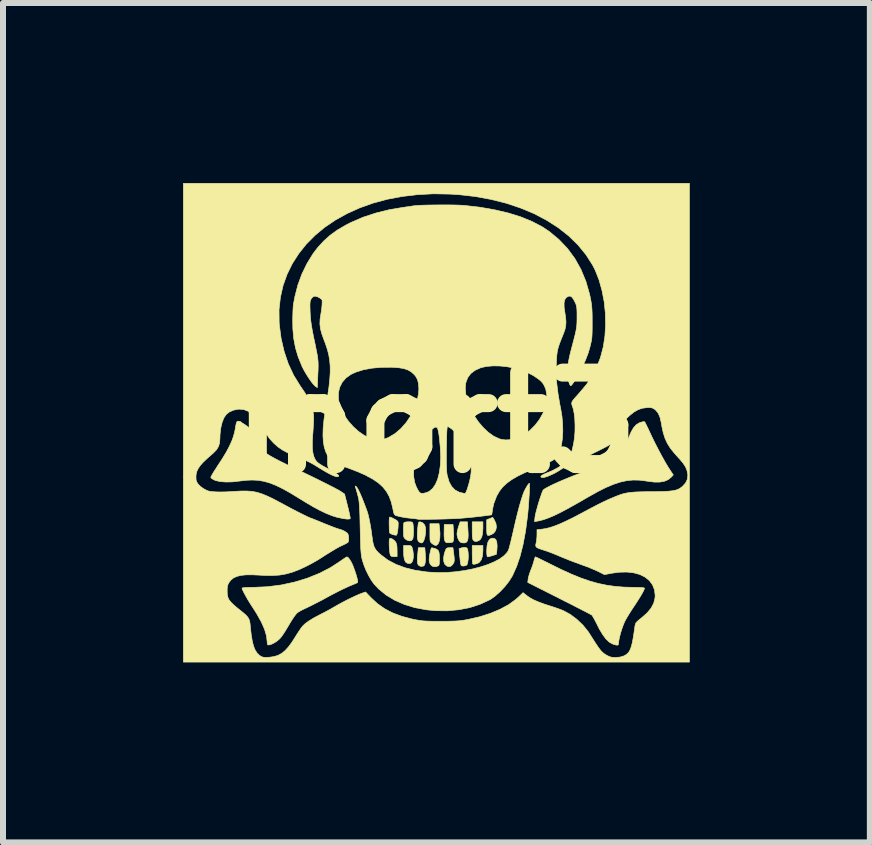
<source format=kicad_pcb>
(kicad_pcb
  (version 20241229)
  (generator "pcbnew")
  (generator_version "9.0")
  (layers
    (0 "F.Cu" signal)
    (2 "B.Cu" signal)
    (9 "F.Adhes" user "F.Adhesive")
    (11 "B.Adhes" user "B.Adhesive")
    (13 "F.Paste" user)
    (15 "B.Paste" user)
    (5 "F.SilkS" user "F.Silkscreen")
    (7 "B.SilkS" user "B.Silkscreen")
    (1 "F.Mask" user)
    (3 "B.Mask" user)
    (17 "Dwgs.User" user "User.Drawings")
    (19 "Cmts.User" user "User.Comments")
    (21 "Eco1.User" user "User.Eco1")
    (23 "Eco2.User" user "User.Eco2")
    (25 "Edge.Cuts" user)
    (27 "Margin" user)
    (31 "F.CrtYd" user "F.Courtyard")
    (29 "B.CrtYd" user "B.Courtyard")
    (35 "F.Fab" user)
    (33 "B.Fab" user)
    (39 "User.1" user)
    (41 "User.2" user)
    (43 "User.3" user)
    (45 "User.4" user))
  (footprint "mort3"
    (layer "F.Cu")
    (at 4.221 3.993)
    (property "Reference" "mort3" (at 0 0 0) (layer "F.SilkS") (effects (font (size 1.524 1.524) (thickness 0.3))))
    (attr through_hole)
    (fp_poly (pts (xy 0.775 2.134) (xy 0.768 2.219) (xy 0.748 2.283) (xy 0.716 2.326) (xy 0.688 2.343) (xy 0.654 2.354) (xy 0.623 2.359) (xy 0.606 2.354) (xy 0.602 2.339) (xy 0.599 2.303) (xy 0.598 2.253) (xy 0.597 2.195) (xy 0.597 2.045) (xy 0.775 2.045) (xy 0.775 2.134)) (stroke (width 0.01) (type solid)) (fill yes) (layer "F.SilkS"))
    (fp_poly (pts (xy 0.775 1.759) (xy 0.77 1.843) (xy 0.755 1.906) (xy 0.73 1.948) (xy 0.702 1.967) (xy 0.663 1.98) (xy 0.634 1.974) (xy 0.617 1.961) (xy 0.608 1.947) (xy 0.602 1.922) (xy 0.598 1.882) (xy 0.597 1.824) (xy 0.597 1.796) (xy 0.597 1.651) (xy 0.775 1.651) (xy 0.775 1.759)) (stroke (width 0.01) (type solid)) (fill yes) (layer "F.SilkS"))
    (fp_poly (pts (xy 0.966 1.621) (xy 0.993 1.682) (xy 1 1.742) (xy 0.988 1.795) (xy 0.957 1.838) (xy 0.92 1.862) (xy 0.885 1.875) (xy 0.862 1.879) (xy 0.848 1.871) (xy 0.841 1.846) (xy 0.838 1.802) (xy 0.838 1.748) (xy 0.838 1.617) (xy 0.889 1.597) (xy 0.939 1.577) (xy 0.966 1.621)) (stroke (width 0.01) (type solid)) (fill yes) (layer "F.SilkS"))
    (fp_poly (pts (xy 0.204 1.695) (xy 0.277 1.695) (xy 0.285 1.81) (xy 0.289 1.891) (xy 0.286 1.949) (xy 0.277 1.983) (xy 0.262 1.994) (xy 0.238 1.996) (xy 0.222 1.999) (xy 0.188 2) (xy 0.17 1.998) (xy 0.151 1.988) (xy 0.138 1.964) (xy 0.131 1.923) (xy 0.128 1.863) (xy 0.129 1.801) (xy 0.131 1.695) (xy 0.204 1.695)) (stroke (width 0.01) (type solid)) (fill yes) (layer "F.SilkS"))
    (fp_poly (pts (xy -0.184 2.197) (xy -0.181 2.268) (xy -0.185 2.325) (xy -0.195 2.366) (xy -0.21 2.386) (xy -0.216 2.388) (xy -0.237 2.392) (xy -0.244 2.394) (xy -0.266 2.392) (xy -0.289 2.381) (xy -0.304 2.366) (xy -0.313 2.345) (xy -0.317 2.312) (xy -0.317 2.264) (xy -0.312 2.196) (xy -0.309 2.169) (xy -0.301 2.083) (xy -0.193 2.083) (xy -0.184 2.197)) (stroke (width 0.01) (type solid)) (fill yes) (layer "F.SilkS"))
    (fp_poly (pts (xy 0.054 1.765) (xy 0.06 1.849) (xy 0.057 1.922) (xy 0.046 1.98) (xy 0.026 2.022) (xy 0.000133 2.043) (xy -0.012 2.045) (xy -0.038 2.037) (xy -0.068 2.017) (xy -0.072 2.014) (xy -0.087 2) (xy -0.098 1.986) (xy -0.104 1.967) (xy -0.107 1.937) (xy -0.108 1.892) (xy -0.108 1.833) (xy -0.108 1.683) (xy 0.044 1.683) (xy 0.054 1.765)) (stroke (width 0.01) (type solid)) (fill yes) (layer "F.SilkS"))
    (fp_poly (pts (xy 0.526 1.79) (xy 0.53 1.87) (xy 0.527 1.927) (xy 0.519 1.966) (xy 0.502 1.99) (xy 0.477 2.001) (xy 0.463 2.003) (xy 0.428 2.001) (xy 0.402 1.993) (xy 0.377 1.966) (xy 0.357 1.924) (xy 0.345 1.875) (xy 0.343 1.851) (xy 0.347 1.816) (xy 0.358 1.769) (xy 0.369 1.73) (xy 0.396 1.651) (xy 0.517 1.651) (xy 0.526 1.79)) (stroke (width 0.01) (type solid)) (fill yes) (layer "F.SilkS"))
    (fp_poly (pts (xy 0.963 1.927) (xy 0.97 1.93) (xy 0.993 1.951) (xy 1.007 1.994) (xy 1.012 2.054) (xy 1.008 2.127) (xy 1 2.193) (xy 0.934 2.214) (xy 0.894 2.226) (xy 0.864 2.234) (xy 0.853 2.235) (xy 0.845 2.224) (xy 0.84 2.188) (xy 0.838 2.133) (xy 0.844 2.05) (xy 0.859 1.987) (xy 0.885 1.944) (xy 0.92 1.924) (xy 0.963 1.927)) (stroke (width 0.01) (type solid)) (fill yes) (layer "F.SilkS"))
    (fp_poly (pts (xy -0.443 2.046) (xy -0.422 2.053) (xy -0.41 2.068) (xy -0.405 2.08) (xy -0.391 2.132) (xy -0.384 2.192) (xy -0.385 2.25) (xy -0.394 2.297) (xy -0.399 2.309) (xy -0.419 2.337) (xy -0.444 2.347) (xy -0.483 2.341) (xy -0.486 2.341) (xy -0.514 2.321) (xy -0.534 2.278) (xy -0.544 2.213) (xy -0.546 2.153) (xy -0.546 2.045) (xy -0.482 2.045) (xy -0.443 2.046)) (stroke (width 0.01) (type solid)) (fill yes) (layer "F.SilkS"))
    (fp_poly (pts (xy 0.29 2.191) (xy 0.297 2.252) (xy 0.298 2.295) (xy 0.293 2.326) (xy 0.279 2.351) (xy 0.263 2.372) (xy 0.233 2.395) (xy 0.2 2.397) (xy 0.169 2.385) (xy 0.139 2.357) (xy 0.123 2.312) (xy 0.12 2.253) (xy 0.131 2.186) (xy 0.149 2.13) (xy 0.163 2.1) (xy 0.18 2.087) (xy 0.209 2.083) (xy 0.222 2.083) (xy 0.276 2.083) (xy 0.29 2.191)) (stroke (width 0.01) (type solid)) (fill yes) (layer "F.SilkS"))
    (fp_poly (pts (xy -0.731 1.939) (xy -0.7 1.963) (xy -0.682 1.983) (xy -0.669 2.007) (xy -0.66 2.039) (xy -0.656 2.084) (xy -0.655 2.123) (xy -0.654 2.229) (xy -0.7 2.233) (xy -0.742 2.229) (xy -0.763 2.215) (xy -0.771 2.194) (xy -0.778 2.155) (xy -0.783 2.105) (xy -0.786 2.051) (xy -0.787 2) (xy -0.786 1.959) (xy -0.781 1.933) (xy -0.779 1.93) (xy -0.76 1.926) (xy -0.731 1.939)) (stroke (width 0.01) (type solid)) (fill yes) (layer "F.SilkS"))
    (fp_poly (pts (xy -0.233 1.664) (xy -0.199 1.699) (xy -0.193 1.71) (xy -0.182 1.747) (xy -0.179 1.795) (xy -0.182 1.85) (xy -0.191 1.904) (xy -0.205 1.952) (xy -0.222 1.987) (xy -0.241 2.003) (xy -0.242 2.004) (xy -0.265 1.999) (xy -0.289 1.987) (xy -0.304 1.97) (xy -0.314 1.941) (xy -0.318 1.897) (xy -0.317 1.835) (xy -0.311 1.752) (xy -0.309 1.737) (xy -0.304 1.691) (xy -0.298 1.665) (xy -0.289 1.654) (xy -0.274 1.651) (xy -0.233 1.664)) (stroke (width 0.01) (type solid)) (fill yes) (layer "F.SilkS"))
    (fp_poly (pts (xy 0.486 2.079) (xy 0.506 2.086) (xy 0.517 2.1) (xy 0.524 2.13) (xy 0.528 2.155) (xy 0.532 2.214) (xy 0.53 2.272) (xy 0.523 2.324) (xy 0.513 2.36) (xy 0.507 2.37) (xy 0.485 2.382) (xy 0.451 2.388) (xy 0.451 2.388) (xy 0.423 2.385) (xy 0.41 2.373) (xy 0.403 2.343) (xy 0.402 2.34) (xy 0.397 2.303) (xy 0.392 2.252) (xy 0.386 2.197) (xy 0.386 2.196) (xy 0.378 2.099) (xy 0.415 2.086) (xy 0.454 2.078) (xy 0.486 2.079)) (stroke (width 0.01) (type solid)) (fill yes) (layer "F.SilkS"))
    (fp_poly (pts (xy -0.038 2.092) (xy -0.024 2.096) (xy 0.008 2.11) (xy 0.03 2.129) (xy 0.043 2.16) (xy 0.049 2.205) (xy 0.051 2.271) (xy 0.051 2.274) (xy 0.05 2.325) (xy 0.047 2.358) (xy 0.04 2.376) (xy 0.027 2.387) (xy 0.026 2.387) (xy -0.018 2.4) (xy -0.062 2.393) (xy -0.088 2.376) (xy -0.111 2.342) (xy -0.121 2.296) (xy -0.118 2.234) (xy -0.109 2.185) (xy -0.099 2.139) (xy -0.09 2.104) (xy -0.083 2.086) (xy -0.083 2.085) (xy -0.068 2.085) (xy -0.038 2.092)) (stroke (width 0.01) (type solid)) (fill yes) (layer "F.SilkS"))
    (fp_poly (pts (xy -0.425 1.652) (xy -0.404 1.657) (xy -0.394 1.67) (xy -0.389 1.691) (xy -0.384 1.735) (xy -0.381 1.789) (xy -0.382 1.847) (xy -0.386 1.897) (xy -0.392 1.933) (xy -0.393 1.936) (xy -0.414 1.961) (xy -0.448 1.969) (xy -0.487 1.958) (xy -0.515 1.94) (xy -0.531 1.924) (xy -0.541 1.907) (xy -0.546 1.883) (xy -0.548 1.844) (xy -0.549 1.796) (xy -0.549 1.743) (xy -0.546 1.699) (xy -0.543 1.671) (xy -0.541 1.666) (xy -0.524 1.657) (xy -0.49 1.652) (xy -0.464 1.651) (xy -0.425 1.652)) (stroke (width 0.01) (type solid)) (fill yes) (layer "F.SilkS"))
    (fp_poly (pts (xy -0.767 1.574) (xy -0.737 1.586) (xy -0.704 1.603) (xy -0.666 1.624) (xy -0.646 1.641) (xy -0.637 1.66) (xy -0.636 1.687) (xy -0.636 1.693) (xy -0.639 1.751) (xy -0.645 1.803) (xy -0.653 1.845) (xy -0.662 1.87) (xy -0.667 1.874) (xy -0.687 1.873) (xy -0.719 1.866) (xy -0.724 1.865) (xy -0.756 1.852) (xy -0.776 1.839) (xy -0.778 1.837) (xy -0.782 1.819) (xy -0.785 1.783) (xy -0.786 1.736) (xy -0.787 1.685) (xy -0.787 1.637) (xy -0.785 1.598) (xy -0.782 1.575) (xy -0.78 1.572) (xy -0.767 1.574)) (stroke (width 0.01) (type solid)) (fill yes) (layer "F.SilkS"))
    (fp_poly (pts (xy 1.664 2.241) (xy 1.697 2.256) (xy 1.745 2.28) (xy 1.806 2.31) (xy 1.875 2.344) (xy 1.894 2.354) (xy 2.08 2.446) (xy 2.25 2.523) (xy 2.406 2.587) (xy 2.554 2.638) (xy 2.696 2.678) (xy 2.835 2.707) (xy 2.976 2.727) (xy 3.123 2.739) (xy 3.278 2.743) (xy 3.286 2.743) (xy 3.365 2.744) (xy 3.422 2.747) (xy 3.456 2.751) (xy 3.467 2.756) (xy 3.46 2.782) (xy 3.439 2.825) (xy 3.406 2.883) (xy 3.363 2.952) (xy 3.312 3.031) (xy 3.294 3.058) (xy 3.251 3.123) (xy 3.209 3.189) (xy 3.173 3.249) (xy 3.146 3.297) (xy 3.142 3.305) (xy 3.118 3.359) (xy 3.094 3.425) (xy 3.071 3.497) (xy 3.053 3.566) (xy 3.04 3.627) (xy 3.035 3.671) (xy 3.035 3.672) (xy 3.032 3.696) (xy 3.019 3.706) (xy 2.992 3.704) (xy 2.948 3.691) (xy 2.937 3.687) (xy 2.882 3.657) (xy 2.827 3.606) (xy 2.771 3.531) (xy 2.713 3.434) (xy 2.685 3.377) (xy 2.655 3.318) (xy 2.628 3.267) (xy 2.606 3.229) (xy 2.592 3.207) (xy 2.589 3.205) (xy 2.575 3.197) (xy 2.54 3.178) (xy 2.487 3.15) (xy 2.418 3.115) (xy 2.336 3.073) (xy 2.243 3.025) (xy 2.141 2.974) (xy 2.047 2.926) (xy 1.522 2.661) (xy 1.529 2.603) (xy 1.537 2.563) (xy 1.553 2.511) (xy 1.572 2.457) (xy 1.575 2.451) (xy 1.596 2.397) (xy 1.614 2.342) (xy 1.627 2.298) (xy 1.627 2.296) (xy 1.637 2.261) (xy 1.646 2.239) (xy 1.65 2.235) (xy 1.664 2.241)) (stroke (width 0.01) (type solid)) (fill yes) (layer "F.SilkS"))
    (fp_poly (pts (xy -1.471 2.246) (xy -1.447 2.275) (xy -1.421 2.317) (xy -1.397 2.366) (xy -1.388 2.388) (xy -1.358 2.47) (xy -1.335 2.541) (xy -1.319 2.599) (xy -1.311 2.64) (xy -1.312 2.662) (xy -1.314 2.664) (xy -1.33 2.672) (xy -1.365 2.687) (xy -1.413 2.707) (xy -1.454 2.724) (xy -1.506 2.748) (xy -1.575 2.78) (xy -1.653 2.819) (xy -1.734 2.861) (xy -1.81 2.902) (xy -1.889 2.945) (xy -1.969 2.987) (xy -2.045 3.026) (xy -2.111 3.059) (xy -2.159 3.082) (xy -2.214 3.108) (xy -2.265 3.134) (xy -2.303 3.157) (xy -2.318 3.167) (xy -2.339 3.19) (xy -2.369 3.229) (xy -2.403 3.28) (xy -2.437 3.335) (xy -2.485 3.416) (xy -2.523 3.479) (xy -2.554 3.526) (xy -2.579 3.562) (xy -2.602 3.59) (xy -2.621 3.609) (xy -2.656 3.639) (xy -2.698 3.666) (xy -2.741 3.688) (xy -2.779 3.701) (xy -2.805 3.703) (xy -2.811 3.7) (xy -2.817 3.683) (xy -2.82 3.651) (xy -2.82 3.646) (xy -2.831 3.551) (xy -2.863 3.442) (xy -2.917 3.32) (xy -2.993 3.184) (xy -3.055 3.086) (xy -3.1 3.017) (xy -3.142 2.949) (xy -3.178 2.885) (xy -3.208 2.829) (xy -3.229 2.786) (xy -3.238 2.759) (xy -3.239 2.756) (xy -3.226 2.751) (xy -3.19 2.747) (xy -3.131 2.744) (xy -3.051 2.743) (xy -3.048 2.743) (xy -2.818 2.733) (xy -2.589 2.704) (xy -2.366 2.656) (xy -2.152 2.591) (xy -1.949 2.509) (xy -1.761 2.412) (xy -1.61 2.313) (xy -1.564 2.281) (xy -1.525 2.255) (xy -1.499 2.239) (xy -1.489 2.235) (xy -1.471 2.246)) (stroke (width 0.01) (type solid)) (fill yes) (layer "F.SilkS"))
    (fp_poly (pts (xy 3.469 -0.015) (xy 3.479 -0.000421) (xy 3.495 0.033) (xy 3.518 0.079) (xy 3.541 0.128) (xy 3.592 0.237) (xy 3.647 0.349) (xy 3.704 0.459) (xy 3.759 0.562) (xy 3.81 0.653) (xy 3.855 0.729) (xy 3.872 0.756) (xy 3.947 0.87) (xy 3.914 0.906) (xy 3.863 0.948) (xy 3.8 0.975) (xy 3.723 0.989) (xy 3.628 0.989) (xy 3.515 0.975) (xy 3.486 0.97) (xy 3.38 0.957) (xy 3.276 0.955) (xy 3.172 0.965) (xy 3.064 0.989) (xy 2.949 1.027) (xy 2.825 1.079) (xy 2.688 1.148) (xy 2.536 1.233) (xy 2.527 1.238) (xy 2.374 1.327) (xy 2.24 1.402) (xy 2.123 1.466) (xy 2.021 1.518) (xy 1.933 1.559) (xy 1.855 1.591) (xy 1.787 1.615) (xy 1.726 1.631) (xy 1.703 1.636) (xy 1.635 1.648) (xy 1.643 1.572) (xy 1.649 1.535) (xy 1.662 1.482) (xy 1.679 1.419) (xy 1.698 1.351) (xy 1.719 1.284) (xy 1.74 1.221) (xy 1.758 1.169) (xy 1.773 1.133) (xy 1.781 1.12) (xy 1.804 1.102) (xy 1.848 1.077) (xy 1.91 1.045) (xy 1.987 1.009) (xy 2.075 0.97) (xy 2.173 0.929) (xy 2.276 0.887) (xy 2.382 0.847) (xy 2.388 0.845) (xy 2.535 0.788) (xy 2.66 0.737) (xy 2.766 0.69) (xy 2.855 0.644) (xy 2.929 0.6) (xy 2.993 0.556) (xy 3.016 0.538) (xy 3.063 0.496) (xy 3.101 0.454) (xy 3.133 0.406) (xy 3.163 0.348) (xy 3.195 0.272) (xy 3.208 0.239) (xy 3.246 0.15) (xy 3.285 0.083) (xy 3.328 0.035) (xy 3.377 0.004) (xy 3.4 -0.005) (xy 3.436 -0.015) (xy 3.462 -0.018) (xy 3.469 -0.015)) (stroke (width 0.01) (type solid)) (fill yes) (layer "F.SilkS"))
    (fp_poly (pts (xy -3.27 -0.021) (xy -3.258 -0.014) (xy -3.244 -0.002) (xy -3.215 0.017) (xy -3.184 0.036) (xy -3.125 0.081) (xy -3.067 0.148) (xy -3.014 0.234) (xy -2.968 0.333) (xy -2.965 0.341) (xy -2.947 0.383) (xy -2.927 0.419) (xy -2.902 0.452) (xy -2.869 0.484) (xy -2.827 0.517) (xy -2.771 0.552) (xy -2.701 0.591) (xy -2.612 0.638) (xy -2.505 0.691) (xy -2.438 0.724) (xy -2.373 0.756) (xy -2.315 0.784) (xy -2.272 0.805) (xy -2.267 0.807) (xy -2.187 0.844) (xy -2.099 0.886) (xy -2.009 0.93) (xy -1.919 0.975) (xy -1.833 1.018) (xy -1.754 1.058) (xy -1.687 1.093) (xy -1.634 1.121) (xy -1.6 1.141) (xy -1.594 1.145) (xy -1.53 1.188) (xy -1.478 1.394) (xy -1.461 1.462) (xy -1.448 1.521) (xy -1.439 1.566) (xy -1.435 1.593) (xy -1.436 1.6) (xy -1.456 1.604) (xy -1.463 1.605) (xy -1.483 1.606) (xy -1.52 1.602) (xy -1.567 1.595) (xy -1.575 1.593) (xy -1.658 1.575) (xy -1.744 1.548) (xy -1.835 1.511) (xy -1.935 1.464) (xy -2.047 1.404) (xy -2.173 1.33) (xy -2.294 1.256) (xy -2.434 1.17) (xy -2.558 1.101) (xy -2.67 1.046) (xy -2.773 1.005) (xy -2.871 0.977) (xy -2.967 0.96) (xy -3.065 0.955) (xy -3.167 0.959) (xy -3.279 0.972) (xy -3.286 0.973) (xy -3.401 0.986) (xy -3.507 0.988) (xy -3.601 0.981) (xy -3.677 0.964) (xy -3.699 0.955) (xy -3.733 0.937) (xy -3.755 0.918) (xy -3.759 0.91) (xy -3.752 0.893) (xy -3.734 0.86) (xy -3.706 0.813) (xy -3.67 0.758) (xy -3.647 0.721) (xy -3.566 0.598) (xy -3.501 0.49) (xy -3.45 0.394) (xy -3.41 0.307) (xy -3.381 0.227) (xy -3.36 0.148) (xy -3.353 0.11) (xy -3.343 0.051) (xy -3.335 0.012) (xy -3.327 -0.011) (xy -3.318 -0.022) (xy -3.306 -0.025) (xy -3.296 -0.025) (xy -3.27 -0.021)) (stroke (width 0.01) (type solid)) (fill yes) (layer "F.SilkS"))
    (fp_poly (pts (xy 1.552 1.024) (xy 1.552 1.06) (xy 1.551 1.113) (xy 1.548 1.179) (xy 1.543 1.254) (xy 1.538 1.333) (xy 1.532 1.413) (xy 1.525 1.489) (xy 1.519 1.557) (xy 1.517 1.568) (xy 1.485 1.81) (xy 1.444 2.028) (xy 1.395 2.223) (xy 1.337 2.394) (xy 1.271 2.542) (xy 1.262 2.559) (xy 1.208 2.645) (xy 1.139 2.732) (xy 1.061 2.815) (xy 0.98 2.887) (xy 0.902 2.943) (xy 0.887 2.951) (xy 0.73 3.024) (xy 0.558 3.08) (xy 0.375 3.116) (xy 0.183 3.134) (xy -0.015 3.132) (xy -0.168 3.117) (xy -0.358 3.082) (xy -0.534 3.028) (xy -0.694 2.958) (xy -0.837 2.872) (xy -0.961 2.771) (xy -1.039 2.688) (xy -1.084 2.625) (xy -1.13 2.545) (xy -1.174 2.456) (xy -1.21 2.365) (xy -1.233 2.292) (xy -1.241 2.262) (xy -1.247 2.231) (xy -1.252 2.197) (xy -1.256 2.155) (xy -1.26 2.104) (xy -1.263 2.039) (xy -1.265 1.957) (xy -1.268 1.856) (xy -1.27 1.759) (xy -1.273 1.639) (xy -1.275 1.542) (xy -1.278 1.463) (xy -1.281 1.401) (xy -1.285 1.35) (xy -1.289 1.309) (xy -1.294 1.274) (xy -1.301 1.242) (xy -1.307 1.219) (xy -1.321 1.166) (xy -1.334 1.12) (xy -1.344 1.088) (xy -1.347 1.082) (xy -1.353 1.06) (xy -1.346 1.056) (xy -1.343 1.057) (xy -1.327 1.073) (xy -1.304 1.111) (xy -1.275 1.17) (xy -1.241 1.248) (xy -1.204 1.342) (xy -1.163 1.451) (xy -1.155 1.473) (xy -1.138 1.528) (xy -1.121 1.602) (xy -1.104 1.689) (xy -1.088 1.782) (xy -1.076 1.874) (xy -1.074 1.884) (xy -1.063 1.966) (xy -1.05 2.029) (xy -1.032 2.079) (xy -1.006 2.121) (xy -0.969 2.162) (xy -0.924 2.202) (xy -0.808 2.289) (xy -0.676 2.359) (xy -0.527 2.415) (xy -0.359 2.457) (xy -0.172 2.485) (xy -0.116 2.49) (xy 0.028 2.497) (xy 0.175 2.495) (xy 0.322 2.483) (xy 0.467 2.463) (xy 0.606 2.436) (xy 0.737 2.402) (xy 0.858 2.362) (xy 0.965 2.317) (xy 1.057 2.268) (xy 1.13 2.214) (xy 1.181 2.158) (xy 1.198 2.129) (xy 1.207 2.105) (xy 1.22 2.059) (xy 1.236 1.997) (xy 1.254 1.923) (xy 1.273 1.841) (xy 1.283 1.798) (xy 1.318 1.645) (xy 1.352 1.506) (xy 1.384 1.385) (xy 1.414 1.283) (xy 1.44 1.202) (xy 1.459 1.152) (xy 1.479 1.111) (xy 1.501 1.071) (xy 1.523 1.036) (xy 1.541 1.014) (xy 1.551 1.009) (xy 1.552 1.024)) (stroke (width 0.01) (type solid)) (fill yes) (layer "F.SilkS"))
    (fp_poly (pts (xy 0.182 -3.629) (xy 0.274 -3.628) (xy 0.356 -3.626) (xy 0.424 -3.623) (xy 0.457 -3.621) (xy 0.722 -3.591) (xy 0.968 -3.548) (xy 1.196 -3.495) (xy 1.405 -3.43) (xy 1.593 -3.353) (xy 1.76 -3.266) (xy 1.882 -3.185) (xy 2.044 -3.05) (xy 2.186 -2.9) (xy 2.308 -2.734) (xy 2.409 -2.553) (xy 2.49 -2.357) (xy 2.551 -2.146) (xy 2.561 -2.1) (xy 2.573 -2.04) (xy 2.582 -1.988) (xy 2.588 -1.938) (xy 2.592 -1.884) (xy 2.595 -1.82) (xy 2.596 -1.741) (xy 2.596 -1.676) (xy 2.596 -1.586) (xy 2.595 -1.516) (xy 2.593 -1.461) (xy 2.59 -1.415) (xy 2.584 -1.373) (xy 2.575 -1.33) (xy 2.563 -1.28) (xy 2.561 -1.27) (xy 2.53 -1.163) (xy 2.489 -1.055) (xy 2.444 -0.954) (xy 2.405 -0.877) (xy 2.366 -0.804) (xy 2.329 -0.739) (xy 2.295 -0.684) (xy 2.267 -0.644) (xy 2.246 -0.62) (xy 2.235 -0.616) (xy 2.225 -0.631) (xy 2.212 -0.662) (xy 2.203 -0.688) (xy 2.192 -0.726) (xy 2.187 -0.766) (xy 2.186 -0.816) (xy 2.188 -0.884) (xy 2.189 -0.888) (xy 2.192 -0.94) (xy 2.197 -0.989) (xy 2.205 -1.038) (xy 2.216 -1.092) (xy 2.231 -1.158) (xy 2.252 -1.239) (xy 2.27 -1.308) (xy 2.294 -1.399) (xy 2.312 -1.471) (xy 2.325 -1.529) (xy 2.334 -1.578) (xy 2.339 -1.623) (xy 2.342 -1.669) (xy 2.343 -1.723) (xy 2.343 -1.765) (xy 2.343 -1.837) (xy 2.341 -1.89) (xy 2.337 -1.928) (xy 2.33 -1.959) (xy 2.32 -1.987) (xy 2.314 -2) (xy 2.283 -2.059) (xy 2.255 -2.095) (xy 2.227 -2.11) (xy 2.2 -2.107) (xy 2.162 -2.084) (xy 2.138 -2.048) (xy 2.127 -1.995) (xy 2.128 -1.925) (xy 2.139 -1.847) (xy 2.153 -1.755) (xy 2.159 -1.68) (xy 2.155 -1.616) (xy 2.143 -1.555) (xy 2.12 -1.49) (xy 2.113 -1.473) (xy 2.077 -1.384) (xy 2.049 -1.311) (xy 2.029 -1.249) (xy 2.015 -1.191) (xy 2.007 -1.13) (xy 2.001 -1.06) (xy 1.998 -0.975) (xy 1.997 -0.959) (xy 1.997 -0.806) (xy 2.006 -0.652) (xy 2.026 -0.489) (xy 2.055 -0.313) (xy 2.072 -0.229) (xy 2.092 -0.106) (xy 2.103 0.019) (xy 2.106 0.142) (xy 2.1 0.259) (xy 2.085 0.365) (xy 2.063 0.458) (xy 2.033 0.532) (xy 2.013 0.566) (xy 1.988 0.592) (xy 1.951 0.619) (xy 1.898 0.649) (xy 1.828 0.683) (xy 1.739 0.722) (xy 1.628 0.768) (xy 1.614 0.774) (xy 1.472 0.833) (xy 1.354 0.89) (xy 1.255 0.948) (xy 1.174 1.007) (xy 1.107 1.069) (xy 1.053 1.137) (xy 1.009 1.213) (xy 1.003 1.224) (xy 0.956 1.348) (xy 0.938 1.431) (xy 0.922 1.535) (xy 0.826 1.548) (xy 0.748 1.558) (xy 0.652 1.569) (xy 0.544 1.58) (xy 0.43 1.59) (xy 0.387 1.594) (xy 0.348 1.596) (xy 0.292 1.599) (xy 0.224 1.601) (xy 0.146 1.604) (xy 0.065 1.606) (xy -0.018 1.608) (xy -0.097 1.609) (xy -0.169 1.61) (xy -0.229 1.61) (xy -0.275 1.61) (xy -0.301 1.609) (xy -0.306 1.608) (xy -0.32 1.605) (xy -0.353 1.6) (xy -0.398 1.595) (xy -0.406 1.595) (xy -0.505 1.583) (xy -0.593 1.568) (xy -0.662 1.551) (xy -0.667 1.549) (xy -0.686 1.542) (xy -0.698 1.53) (xy -0.708 1.51) (xy -0.717 1.475) (xy -0.728 1.421) (xy -0.728 1.42) (xy -0.753 1.318) (xy -0.787 1.227) (xy -0.833 1.145) (xy -0.892 1.071) (xy -0.967 1.003) (xy -1.059 0.94) (xy -1.157 0.887) (xy -0.38 0.887) (xy -0.363 0.992) (xy -0.338 1.06) (xy -0.311 1.116) (xy -0.288 1.152) (xy -0.266 1.172) (xy -0.24 1.178) (xy -0.21 1.175) (xy -0.166 1.164) (xy -0.125 1.147) (xy -0.121 1.145) (xy -0.064 1.097) (xy -0.016 1.028) (xy 0.022 0.939) (xy 0.049 0.831) (xy 0.066 0.707) (xy 0.069 0.635) (xy 0.166 0.635) (xy 0.167 0.709) (xy 0.169 0.767) (xy 0.172 0.814) (xy 0.176 0.853) (xy 0.182 0.886) (xy 0.183 0.887) (xy 0.212 0.986) (xy 0.255 1.063) (xy 0.311 1.121) (xy 0.383 1.159) (xy 0.471 1.179) (xy 0.477 1.18) (xy 0.487 1.169) (xy 0.501 1.14) (xy 0.517 1.099) (xy 0.518 1.095) (xy 0.549 0.99) (xy 0.569 0.901) (xy 0.579 0.824) (xy 0.58 0.751) (xy 0.571 0.678) (xy 0.566 0.647) (xy 0.53 0.515) (xy 0.478 0.39) (xy 0.414 0.277) (xy 0.338 0.18) (xy 0.255 0.104) (xy 0.249 0.1) (xy 0.217 0.078) (xy 0.192 0.065) (xy 0.185 0.064) (xy 0.181 0.074) (xy 0.177 0.104) (xy 0.173 0.156) (xy 0.171 0.231) (xy 0.169 0.329) (xy 0.167 0.429) (xy 0.166 0.543) (xy 0.166 0.635) (xy 0.069 0.635) (xy 0.072 0.569) (xy 0.065 0.419) (xy 0.064 0.404) (xy 0.054 0.297) (xy 0.045 0.214) (xy 0.035 0.152) (xy 0.025 0.11) (xy 0.014 0.084) (xy 0.011 0.08) (xy -0.01 0.072) (xy -0.04 0.084) (xy -0.077 0.113) (xy -0.118 0.157) (xy -0.161 0.212) (xy -0.205 0.277) (xy -0.247 0.348) (xy -0.285 0.422) (xy -0.316 0.498) (xy -0.323 0.516) (xy -0.359 0.645) (xy -0.378 0.77) (xy -0.38 0.887) (xy -1.157 0.887) (xy -1.17 0.879) (xy -1.302 0.82) (xy -1.457 0.76) (xy -1.511 0.741) (xy -1.6 0.708) (xy -1.669 0.678) (xy -1.721 0.647) (xy -1.762 0.614) (xy -1.794 0.576) (xy -1.811 0.55) (xy -1.845 0.481) (xy -1.869 0.404) (xy -1.884 0.315) (xy -1.89 0.213) (xy -1.887 0.094) (xy -1.874 -0.042) (xy -1.852 -0.199) (xy -1.837 -0.292) (xy -1.81 -0.459) (xy -1.805 -0.495) (xy -1.633 -0.495) (xy -1.632 -0.392) (xy -1.61 -0.285) (xy -1.585 -0.218) (xy -1.533 -0.121) (xy -1.464 -0.023) (xy -1.383 0.068) (xy -1.295 0.147) (xy -1.206 0.208) (xy -1.193 0.215) (xy -1.136 0.244) (xy -1.09 0.263) (xy -1.048 0.273) (xy -0.998 0.277) (xy -0.959 0.278) (xy -0.901 0.277) (xy -0.854 0.268) (xy -0.805 0.249) (xy -0.793 0.243) (xy -0.688 0.18) (xy -0.591 0.097) (xy -0.503 -0.003) (xy -0.427 -0.116) (xy -0.366 -0.237) (xy -0.321 -0.364) (xy -0.297 -0.49) (xy -0.292 -0.568) (xy -0.293 -0.576) (xy 0.481 -0.576) (xy 0.491 -0.465) (xy 0.52 -0.351) (xy 0.566 -0.236) (xy 0.625 -0.124) (xy 0.696 -0.019) (xy 0.776 0.076) (xy 0.862 0.158) (xy 0.953 0.223) (xy 1.046 0.267) (xy 1.086 0.279) (xy 1.154 0.287) (xy 1.233 0.283) (xy 1.312 0.269) (xy 1.362 0.252) (xy 1.465 0.198) (xy 1.559 0.127) (xy 1.642 0.044) (xy 1.714 -0.049) (xy 1.771 -0.149) (xy 1.812 -0.253) (xy 1.836 -0.356) (xy 1.84 -0.457) (xy 1.824 -0.551) (xy 1.816 -0.574) (xy 1.793 -0.626) (xy 1.768 -0.665) (xy 1.733 -0.701) (xy 1.695 -0.731) (xy 1.616 -0.785) (xy 1.526 -0.831) (xy 1.42 -0.872) (xy 1.295 -0.909) (xy 1.291 -0.91) (xy 1.178 -0.933) (xy 1.061 -0.945) (xy 0.944 -0.947) (xy 0.837 -0.938) (xy 0.745 -0.918) (xy 0.739 -0.916) (xy 0.646 -0.874) (xy 0.573 -0.819) (xy 0.521 -0.749) (xy 0.49 -0.665) (xy 0.481 -0.576) (xy -0.293 -0.576) (xy -0.298 -0.652) (xy -0.315 -0.719) (xy -0.347 -0.776) (xy -0.374 -0.807) (xy -0.422 -0.849) (xy -0.475 -0.879) (xy -0.54 -0.901) (xy -0.62 -0.915) (xy -0.72 -0.923) (xy -0.743 -0.924) (xy -0.914 -0.923) (xy -1.073 -0.909) (xy -1.217 -0.882) (xy -1.344 -0.842) (xy -1.424 -0.805) (xy -1.506 -0.746) (xy -1.569 -0.674) (xy -1.612 -0.589) (xy -1.633 -0.495) (xy -1.805 -0.495) (xy -1.789 -0.604) (xy -1.776 -0.732) (xy -1.769 -0.845) (xy -1.77 -0.948) (xy -1.779 -1.043) (xy -1.794 -1.134) (xy -1.818 -1.225) (xy -1.849 -1.318) (xy -1.875 -1.386) (xy -1.91 -1.483) (xy -1.932 -1.566) (xy -1.941 -1.645) (xy -1.938 -1.726) (xy -1.926 -1.803) (xy -1.913 -1.886) (xy -1.905 -1.962) (xy -1.903 -2.024) (xy -1.904 -2.04) (xy -1.916 -2.059) (xy -1.944 -2.079) (xy -1.979 -2.097) (xy -2.013 -2.107) (xy -2.024 -2.108) (xy -2.055 -2.099) (xy -2.082 -2.069) (xy -2.084 -2.067) (xy -2.094 -2.049) (xy -2.101 -2.029) (xy -2.105 -2.003) (xy -2.107 -1.966) (xy -2.106 -1.913) (xy -2.104 -1.848) (xy -2.1 -1.771) (xy -2.093 -1.7) (xy -2.083 -1.626) (xy -2.069 -1.544) (xy -2.05 -1.446) (xy -2.045 -1.422) (xy -2.022 -1.316) (xy -2.005 -1.23) (xy -1.991 -1.16) (xy -1.981 -1.104) (xy -1.975 -1.055) (xy -1.971 -1.01) (xy -1.97 -0.966) (xy -1.97 -0.917) (xy -1.972 -0.861) (xy -1.975 -0.806) (xy -1.984 -0.584) (xy -2.019 -0.609) (xy -2.047 -0.636) (xy -2.082 -0.68) (xy -2.122 -0.737) (xy -2.163 -0.801) (xy -2.202 -0.867) (xy -2.235 -0.931) (xy -2.241 -0.945) (xy -2.303 -1.097) (xy -2.348 -1.248) (xy -2.377 -1.403) (xy -2.392 -1.568) (xy -2.394 -1.727) (xy -2.392 -1.801) (xy -2.39 -1.868) (xy -2.387 -1.923) (xy -2.384 -1.962) (xy -2.382 -1.975) (xy -2.376 -2.006) (xy -2.367 -2.052) (xy -2.357 -2.105) (xy -2.355 -2.112) (xy -2.308 -2.295) (xy -2.241 -2.477) (xy -2.156 -2.652) (xy -2.056 -2.815) (xy -1.98 -2.915) (xy -1.88 -3.025) (xy -1.77 -3.124) (xy -1.646 -3.213) (xy -1.503 -3.296) (xy -1.429 -3.334) (xy -1.226 -3.422) (xy -1.011 -3.493) (xy -0.781 -3.55) (xy -0.559 -3.587) (xy -0.497 -3.596) (xy -0.44 -3.604) (xy -0.397 -3.611) (xy -0.375 -3.614) (xy -0.336 -3.618) (xy -0.276 -3.622) (xy -0.2 -3.625) (xy -0.111 -3.627) (xy -0.015 -3.628) (xy 0.084 -3.629) (xy 0.182 -3.629)) (stroke (width 0.01) (type solid)) (fill yes) (layer "F.SilkS"))
    (fp_poly (pts (xy 4.216 3.988) (xy -4.216 3.988) (xy -4.216 0.904) (xy -4.006 0.904) (xy -4.004 0.95) (xy -3.995 0.983) (xy -3.975 1.015) (xy -3.968 1.025) (xy -3.934 1.059) (xy -3.889 1.093) (xy -3.86 1.11) (xy -3.824 1.128) (xy -3.791 1.14) (xy -3.751 1.147) (xy -3.698 1.151) (xy -3.665 1.153) (xy -3.601 1.154) (xy -3.522 1.153) (xy -3.438 1.149) (xy -3.359 1.144) (xy -3.357 1.144) (xy -3.252 1.138) (xy -3.159 1.138) (xy -3.074 1.144) (xy -2.993 1.159) (xy -2.911 1.184) (xy -2.823 1.22) (xy -2.723 1.267) (xy -2.608 1.328) (xy -2.598 1.333) (xy -2.5 1.386) (xy -2.405 1.437) (xy -2.316 1.483) (xy -2.236 1.523) (xy -2.169 1.556) (xy -2.118 1.58) (xy -2.085 1.593) (xy -2.083 1.594) (xy -2.06 1.602) (xy -2.02 1.618) (xy -1.965 1.64) (xy -1.901 1.666) (xy -1.861 1.683) (xy -1.792 1.71) (xy -1.729 1.735) (xy -1.676 1.755) (xy -1.638 1.768) (xy -1.626 1.771) (xy -1.574 1.787) (xy -1.526 1.81) (xy -1.489 1.836) (xy -1.474 1.853) (xy -1.465 1.884) (xy -1.461 1.925) (xy -1.463 1.964) (xy -1.47 1.989) (xy -1.486 2.002) (xy -1.518 2.02) (xy -1.556 2.038) (xy -1.609 2.063) (xy -1.673 2.098) (xy -1.749 2.144) (xy -1.842 2.201) (xy -1.926 2.255) (xy -1.985 2.292) (xy -2.055 2.332) (xy -2.126 2.37) (xy -2.155 2.385) (xy -2.281 2.445) (xy -2.396 2.489) (xy -2.506 2.52) (xy -2.617 2.539) (xy -2.737 2.546) (xy -2.871 2.544) (xy -2.941 2.54) (xy -3.068 2.534) (xy -3.173 2.535) (xy -3.259 2.544) (xy -3.328 2.562) (xy -3.383 2.588) (xy -3.426 2.624) (xy -3.45 2.655) (xy -3.469 2.687) (xy -3.48 2.717) (xy -3.485 2.755) (xy -3.486 2.806) (xy -3.484 2.86) (xy -3.475 2.906) (xy -3.457 2.947) (xy -3.426 2.987) (xy -3.381 3.032) (xy -3.319 3.085) (xy -3.294 3.105) (xy -3.23 3.156) (xy -3.183 3.196) (xy -3.15 3.23) (xy -3.128 3.262) (xy -3.114 3.296) (xy -3.106 3.339) (xy -3.1 3.393) (xy -3.098 3.419) (xy -3.084 3.541) (xy -3.067 3.641) (xy -3.047 3.721) (xy -3.021 3.785) (xy -2.989 3.835) (xy -2.95 3.874) (xy -2.915 3.898) (xy -2.88 3.908) (xy -2.829 3.91) (xy -2.768 3.906) (xy -2.706 3.896) (xy -2.65 3.88) (xy -2.629 3.871) (xy -2.573 3.84) (xy -2.52 3.796) (xy -2.466 3.737) (xy -2.409 3.66) (xy -2.356 3.577) (xy -2.32 3.519) (xy -2.285 3.466) (xy -2.256 3.423) (xy -2.235 3.396) (xy -2.234 3.394) (xy -2.19 3.351) (xy -2.128 3.305) (xy -2.047 3.255) (xy -1.944 3.2) (xy -1.93 3.193) (xy -1.865 3.16) (xy -1.8 3.125) (xy -1.742 3.093) (xy -1.703 3.07) (xy -1.645 3.037) (xy -1.576 2.999) (xy -1.5 2.959) (xy -1.423 2.921) (xy -1.351 2.887) (xy -1.29 2.86) (xy -1.249 2.844) (xy -1.18 2.82) (xy -1.09 2.915) (xy -0.983 3.014) (xy -0.864 3.098) (xy -0.73 3.168) (xy -0.578 3.225) (xy -0.406 3.271) (xy -0.363 3.28) (xy -0.313 3.289) (xy -0.267 3.296) (xy -0.219 3.302) (xy -0.165 3.305) (xy -0.099 3.307) (xy -0.018 3.308) (xy 0.076 3.308) (xy 0.177 3.308) (xy 0.258 3.306) (xy 0.323 3.304) (xy 0.378 3.3) (xy 0.427 3.295) (xy 0.476 3.287) (xy 0.527 3.278) (xy 0.721 3.233) (xy 0.9 3.176) (xy 1.06 3.109) (xy 1.201 3.033) (xy 1.32 2.947) (xy 1.373 2.9) (xy 1.444 2.831) (xy 1.5 2.876) (xy 1.553 2.914) (xy 1.617 2.95) (xy 1.696 2.984) (xy 1.792 3.02) (xy 1.875 3.047) (xy 1.944 3.069) (xy 2.012 3.092) (xy 2.07 3.113) (xy 2.112 3.13) (xy 2.115 3.131) (xy 2.229 3.193) (xy 2.34 3.276) (xy 2.442 3.373) (xy 2.529 3.481) (xy 2.554 3.519) (xy 2.61 3.608) (xy 2.655 3.678) (xy 2.692 3.733) (xy 2.722 3.774) (xy 2.747 3.805) (xy 2.771 3.828) (xy 2.794 3.847) (xy 2.82 3.864) (xy 2.838 3.875) (xy 2.882 3.897) (xy 2.923 3.908) (xy 2.973 3.911) (xy 2.985 3.911) (xy 3.059 3.905) (xy 3.118 3.888) (xy 3.154 3.869) (xy 3.184 3.846) (xy 3.209 3.817) (xy 3.23 3.778) (xy 3.248 3.728) (xy 3.265 3.662) (xy 3.28 3.579) (xy 3.296 3.475) (xy 3.309 3.383) (xy 3.314 3.359) (xy 3.323 3.337) (xy 3.342 3.315) (xy 3.373 3.287) (xy 3.421 3.249) (xy 3.422 3.248) (xy 3.512 3.168) (xy 3.578 3.088) (xy 3.621 3.007) (xy 3.642 2.922) (xy 3.645 2.879) (xy 3.634 2.784) (xy 3.601 2.701) (xy 3.548 2.63) (xy 3.478 2.573) (xy 3.39 2.529) (xy 3.287 2.501) (xy 3.171 2.488) (xy 3.042 2.491) (xy 2.921 2.508) (xy 2.8 2.531) (xy 2.699 2.48) (xy 2.649 2.457) (xy 2.583 2.429) (xy 2.508 2.399) (xy 2.431 2.371) (xy 2.407 2.362) (xy 2.325 2.332) (xy 2.236 2.299) (xy 2.149 2.264) (xy 2.075 2.234) (xy 2.064 2.229) (xy 1.993 2.199) (xy 1.918 2.169) (xy 1.849 2.143) (xy 1.8 2.127) (xy 1.736 2.106) (xy 1.693 2.09) (xy 1.667 2.074) (xy 1.656 2.057) (xy 1.655 2.035) (xy 1.661 2.005) (xy 1.662 2.003) (xy 1.67 1.957) (xy 1.675 1.901) (xy 1.676 1.863) (xy 1.676 1.782) (xy 1.756 1.774) (xy 1.821 1.764) (xy 1.891 1.747) (xy 1.969 1.721) (xy 2.058 1.686) (xy 2.159 1.64) (xy 2.276 1.583) (xy 2.41 1.512) (xy 2.457 1.487) (xy 2.587 1.418) (xy 2.698 1.36) (xy 2.796 1.312) (xy 2.883 1.272) (xy 2.964 1.238) (xy 2.983 1.23) (xy 3.042 1.207) (xy 3.094 1.189) (xy 3.145 1.176) (xy 3.198 1.166) (xy 3.257 1.159) (xy 3.327 1.154) (xy 3.412 1.151) (xy 3.516 1.149) (xy 3.575 1.149) (xy 3.695 1.148) (xy 3.792 1.145) (xy 3.87 1.141) (xy 3.932 1.134) (xy 3.982 1.125) (xy 4.021 1.112) (xy 4.054 1.096) (xy 4.084 1.074) (xy 4.101 1.06) (xy 4.153 1.002) (xy 4.181 0.943) (xy 4.189 0.876) (xy 4.187 0.857) (xy 4.175 0.794) (xy 4.15 0.734) (xy 4.109 0.672) (xy 4.05 0.602) (xy 4.04 0.592) (xy 3.959 0.501) (xy 3.895 0.42) (xy 3.846 0.341) (xy 3.809 0.26) (xy 3.78 0.169) (xy 3.757 0.064) (xy 3.746 -0.002) (xy 3.725 -0.091) (xy 3.695 -0.16) (xy 3.652 -0.211) (xy 3.632 -0.226) (xy 3.603 -0.243) (xy 3.573 -0.251) (xy 3.534 -0.253) (xy 3.505 -0.251) (xy 3.43 -0.241) (xy 3.361 -0.217) (xy 3.292 -0.178) (xy 3.22 -0.12) (xy 3.179 -0.081) (xy 3.135 -0.038) (xy 3.102 -0.000138) (xy 3.074 0.037) (xy 3.048 0.082) (xy 3.019 0.139) (xy 2.999 0.178) (xy 2.97 0.238) (xy 2.942 0.291) (xy 2.918 0.331) (xy 2.902 0.355) (xy 2.9 0.358) (xy 2.879 0.372) (xy 2.841 0.394) (xy 2.793 0.419) (xy 2.762 0.435) (xy 2.708 0.462) (xy 2.639 0.496) (xy 2.563 0.535) (xy 2.489 0.573) (xy 2.474 0.581) (xy 2.405 0.615) (xy 2.337 0.648) (xy 2.276 0.677) (xy 2.228 0.698) (xy 2.217 0.702) (xy 2.161 0.727) (xy 2.105 0.758) (xy 2.069 0.782) (xy 2.022 0.812) (xy 1.965 0.844) (xy 1.904 0.872) (xy 1.847 0.896) (xy 1.799 0.91) (xy 1.774 0.914) (xy 1.746 0.91) (xy 1.739 0.898) (xy 1.752 0.881) (xy 1.783 0.861) (xy 1.826 0.843) (xy 1.926 0.801) (xy 2.022 0.751) (xy 2.106 0.695) (xy 2.154 0.657) (xy 2.185 0.627) (xy 2.209 0.597) (xy 2.228 0.563) (xy 2.245 0.52) (xy 2.26 0.464) (xy 2.277 0.389) (xy 2.287 0.343) (xy 2.301 0.251) (xy 2.309 0.149) (xy 2.31 0.044) (xy 2.306 -0.059) (xy 2.296 -0.151) (xy 2.281 -0.228) (xy 2.274 -0.251) (xy 2.262 -0.284) (xy 2.255 -0.309) (xy 2.255 -0.332) (xy 2.263 -0.355) (xy 2.282 -0.383) (xy 2.313 -0.419) (xy 2.358 -0.469) (xy 2.387 -0.502) (xy 2.499 -0.635) (xy 2.59 -0.769) (xy 2.664 -0.91) (xy 2.726 -1.065) (xy 2.737 -1.099) (xy 2.781 -1.266) (xy 2.808 -1.446) (xy 2.819 -1.634) (xy 2.815 -1.826) (xy 2.795 -2.018) (xy 2.759 -2.203) (xy 2.71 -2.379) (xy 2.646 -2.541) (xy 2.601 -2.629) (xy 2.49 -2.802) (xy 2.357 -2.964) (xy 2.204 -3.113) (xy 2.031 -3.249) (xy 1.839 -3.372) (xy 1.631 -3.482) (xy 1.406 -3.576) (xy 1.167 -3.656) (xy 0.913 -3.72) (xy 0.647 -3.769) (xy 0.369 -3.8) (xy 0.229 -3.809) (xy -0.049 -3.814) (xy -0.317 -3.8) (xy -0.576 -3.769) (xy -0.823 -3.722) (xy -1.058 -3.658) (xy -1.28 -3.579) (xy -1.488 -3.485) (xy -1.682 -3.377) (xy -1.861 -3.256) (xy -2.022 -3.122) (xy -2.167 -2.976) (xy -2.293 -2.818) (xy -2.401 -2.65) (xy -2.488 -2.472) (xy -2.555 -2.285) (xy -2.599 -2.089) (xy -2.622 -1.885) (xy -2.62 -1.674) (xy -2.617 -1.63) (xy -2.587 -1.402) (xy -2.536 -1.184) (xy -2.467 -0.98) (xy -2.378 -0.79) (xy -2.27 -0.616) (xy -2.266 -0.61) (xy -2.189 -0.496) (xy -2.131 -0.394) (xy -2.088 -0.302) (xy -2.061 -0.215) (xy -2.047 -0.13) (xy -2.045 -0.074) (xy -2.046 -0.031) (xy -2.049 0.029) (xy -2.053 0.101) (xy -2.058 0.175) (xy -2.06 0.191) (xy -2.067 0.315) (xy -2.067 0.417) (xy -2.058 0.5) (xy -2.041 0.566) (xy -2.016 0.619) (xy -2.01 0.627) (xy -1.991 0.651) (xy -1.965 0.674) (xy -1.929 0.698) (xy -1.879 0.728) (xy -1.809 0.765) (xy -1.803 0.768) (xy -1.731 0.807) (xy -1.677 0.839) (xy -1.642 0.864) (xy -1.628 0.879) (xy -1.628 0.879) (xy -1.633 0.898) (xy -1.657 0.901) (xy -1.698 0.89) (xy -1.757 0.865) (xy -1.83 0.826) (xy -1.918 0.774) (xy -1.97 0.742) (xy -2.026 0.707) (xy -2.078 0.677) (xy -2.133 0.649) (xy -2.195 0.621) (xy -2.272 0.589) (xy -2.346 0.56) (xy -2.459 0.511) (xy -2.556 0.46) (xy -2.639 0.404) (xy -2.713 0.338) (xy -2.783 0.26) (xy -2.851 0.164) (xy -2.923 0.049) (xy -2.929 0.04) (xy -2.995 -0.061) (xy -3.064 -0.137) (xy -3.134 -0.19) (xy -3.209 -0.219) (xy -3.288 -0.226) (xy -3.301 -0.225) (xy -3.381 -0.209) (xy -3.451 -0.178) (xy -3.501 -0.138) (xy -3.54 -0.081) (xy -3.571 -0.003) (xy -3.593 0.091) (xy -3.605 0.198) (xy -3.607 0.26) (xy -3.612 0.335) (xy -3.63 0.395) (xy -3.662 0.449) (xy -3.714 0.503) (xy -3.735 0.522) (xy -3.821 0.597) (xy -3.887 0.66) (xy -3.937 0.716) (xy -3.971 0.767) (xy -3.993 0.815) (xy -4.004 0.865) (xy -4.006 0.904) (xy -4.216 0.904) (xy -4.216 -3.988) (xy 4.216 -3.988) (xy 4.216 3.988)) (stroke (width 0.01) (type solid)) (fill yes) (layer "F.SilkS")))
  (gr_rect
    (start -3 -3)
    (end 11.443 10.986)
    (stroke (width 0.1) (type default))
    (fill no)
    (layer "Edge.Cuts")))
</source>
